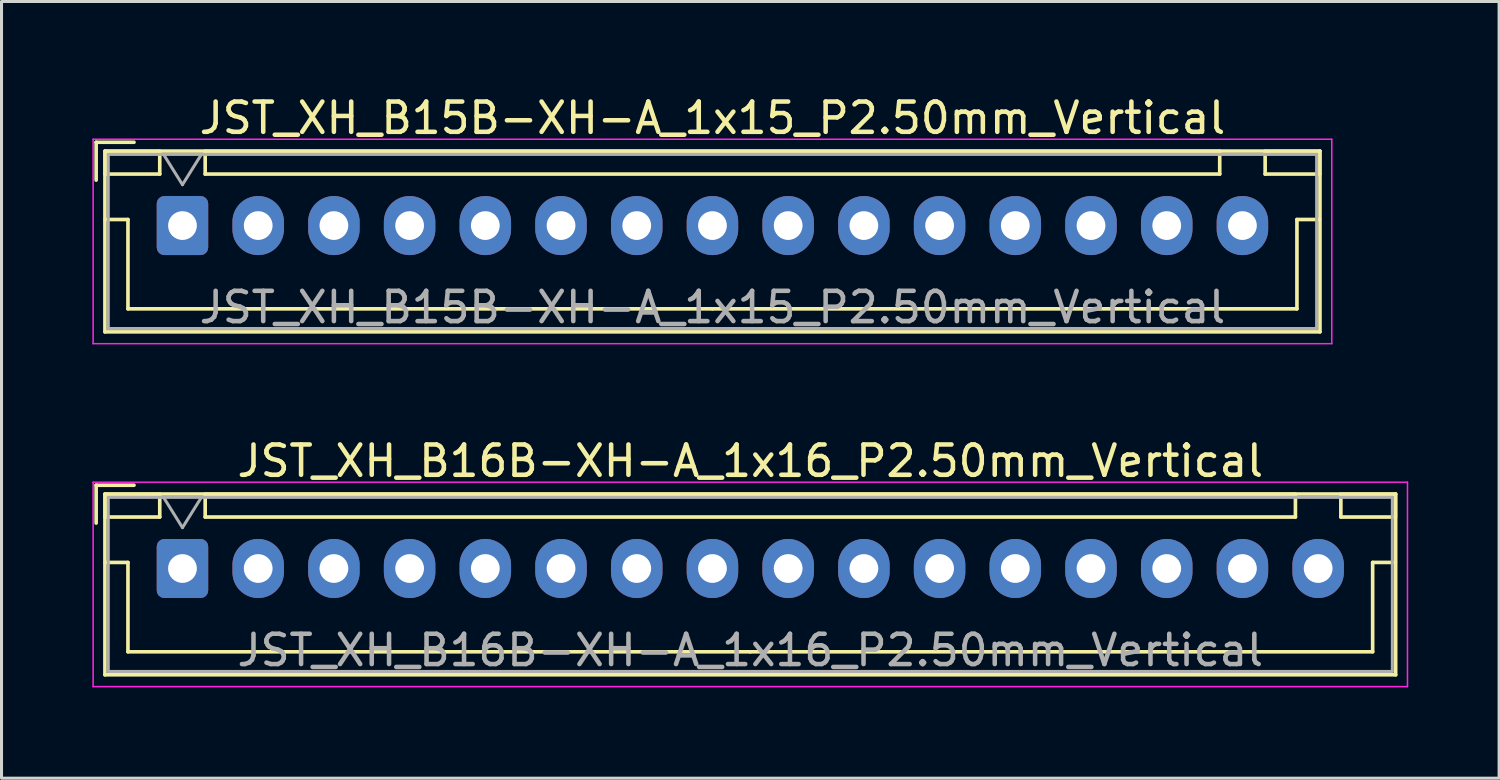
<source format=kicad_pcb>
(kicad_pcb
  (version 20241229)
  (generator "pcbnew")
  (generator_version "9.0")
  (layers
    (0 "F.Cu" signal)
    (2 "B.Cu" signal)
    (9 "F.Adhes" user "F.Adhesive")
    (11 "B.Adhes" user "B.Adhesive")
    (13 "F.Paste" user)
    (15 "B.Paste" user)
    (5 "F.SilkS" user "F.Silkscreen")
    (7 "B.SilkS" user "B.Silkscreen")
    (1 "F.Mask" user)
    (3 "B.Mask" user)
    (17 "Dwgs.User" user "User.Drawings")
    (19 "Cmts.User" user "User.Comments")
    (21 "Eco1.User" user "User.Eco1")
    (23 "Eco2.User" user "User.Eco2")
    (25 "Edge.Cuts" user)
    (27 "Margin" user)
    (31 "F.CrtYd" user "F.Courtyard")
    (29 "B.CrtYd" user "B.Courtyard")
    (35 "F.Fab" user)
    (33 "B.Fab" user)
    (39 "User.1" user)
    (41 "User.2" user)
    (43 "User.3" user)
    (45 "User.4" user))
  (footprint "JST_XH_B16B-XH-A_1x16_P2.50mm_Vertical"
    (layer "F.Cu")
    (at 2.975 15.722)
    (property "Reference" "JST_XH_B16B-XH-A_1x16_P2.50mm_Vertical" (at 18.75 -3.55 0) (layer "F.SilkS") (effects (font (size 1 1) (thickness 0.15))))
    (attr through_hole)
    (fp_line (start -2.85 -2.75) (end -2.85 -1.5) (stroke (width 0.12) (type solid)) (layer "F.SilkS"))
    (fp_line (start -2.56 -2.46) (end -2.56 3.51) (stroke (width 0.12) (type solid)) (layer "F.SilkS"))
    (fp_line (start -2.56 3.51) (end 40.06 3.51) (stroke (width 0.12) (type solid)) (layer "F.SilkS"))
    (fp_line (start -2.55 -2.45) (end -2.55 -1.7) (stroke (width 0.12) (type solid)) (layer "F.SilkS"))
    (fp_line (start -2.55 -1.7) (end -0.75 -1.7) (stroke (width 0.12) (type solid)) (layer "F.SilkS"))
    (fp_line (start -2.55 -0.2) (end -1.8 -0.2) (stroke (width 0.12) (type solid)) (layer "F.SilkS"))
    (fp_line (start -1.8 -0.2) (end -1.8 2.75) (stroke (width 0.12) (type solid)) (layer "F.SilkS"))
    (fp_line (start -1.8 2.75) (end 18.75 2.75) (stroke (width 0.12) (type solid)) (layer "F.SilkS"))
    (fp_line (start -1.6 -2.75) (end -2.85 -2.75) (stroke (width 0.12) (type solid)) (layer "F.SilkS"))
    (fp_line (start -0.75 -2.45) (end -2.55 -2.45) (stroke (width 0.12) (type solid)) (layer "F.SilkS"))
    (fp_line (start -0.75 -1.7) (end -0.75 -2.45) (stroke (width 0.12) (type solid)) (layer "F.SilkS"))
    (fp_line (start 0.75 -2.45) (end 0.75 -1.7) (stroke (width 0.12) (type solid)) (layer "F.SilkS"))
    (fp_line (start 0.75 -1.7) (end 36.75 -1.7) (stroke (width 0.12) (type solid)) (layer "F.SilkS"))
    (fp_line (start 36.75 -2.45) (end 0.75 -2.45) (stroke (width 0.12) (type solid)) (layer "F.SilkS"))
    (fp_line (start 36.75 -1.7) (end 36.75 -2.45) (stroke (width 0.12) (type solid)) (layer "F.SilkS"))
    (fp_line (start 38.25 -2.45) (end 38.25 -1.7) (stroke (width 0.12) (type solid)) (layer "F.SilkS"))
    (fp_line (start 38.25 -1.7) (end 40.05 -1.7) (stroke (width 0.12) (type solid)) (layer "F.SilkS"))
    (fp_line (start 39.3 -0.2) (end 39.3 2.75) (stroke (width 0.12) (type solid)) (layer "F.SilkS"))
    (fp_line (start 39.3 2.75) (end 18.75 2.75) (stroke (width 0.12) (type solid)) (layer "F.SilkS"))
    (fp_line (start 40.05 -2.45) (end 38.25 -2.45) (stroke (width 0.12) (type solid)) (layer "F.SilkS"))
    (fp_line (start 40.05 -1.7) (end 40.05 -2.45) (stroke (width 0.12) (type solid)) (layer "F.SilkS"))
    (fp_line (start 40.05 -0.2) (end 39.3 -0.2) (stroke (width 0.12) (type solid)) (layer "F.SilkS"))
    (fp_line (start 40.06 -2.46) (end -2.56 -2.46) (stroke (width 0.12) (type solid)) (layer "F.SilkS"))
    (fp_line (start 40.06 3.51) (end 40.06 -2.46) (stroke (width 0.12) (type solid)) (layer "F.SilkS"))
    (fp_line (start -2.95 -2.85) (end -2.95 3.9) (stroke (width 0.05) (type solid)) (layer "F.CrtYd"))
    (fp_line (start -2.95 3.9) (end 40.45 3.9) (stroke (width 0.05) (type solid)) (layer "F.CrtYd"))
    (fp_line (start 40.45 -2.85) (end -2.95 -2.85) (stroke (width 0.05) (type solid)) (layer "F.CrtYd"))
    (fp_line (start 40.45 3.9) (end 40.45 -2.85) (stroke (width 0.05) (type solid)) (layer "F.CrtYd"))
    (fp_line (start -2.45 -2.35) (end -2.45 3.4) (stroke (width 0.1) (type solid)) (layer "F.Fab"))
    (fp_line (start -2.45 3.4) (end 39.95 3.4) (stroke (width 0.1) (type solid)) (layer "F.Fab"))
    (fp_line (start -0.625 -2.35) (end 0 -1.35) (stroke (width 0.1) (type solid)) (layer "F.Fab"))
    (fp_line (start 0 -1.35) (end 0.625 -2.35) (stroke (width 0.1) (type solid)) (layer "F.Fab"))
    (fp_line (start 39.95 -2.35) (end -2.45 -2.35) (stroke (width 0.1) (type solid)) (layer "F.Fab"))
    (fp_line (start 39.95 3.4) (end 39.95 -2.35) (stroke (width 0.1) (type solid)) (layer "F.Fab"))
    (fp_text user "${REFERENCE}" (at 18.75 2.7 0) (layer "F.Fab") (effects (font (size 1 1) (thickness 0.15))))
    (pad "1" thru_hole roundrect (at 0 0) (size 1.7 1.95) (drill 0.95) (layers "*.Cu" "*.Mask") (roundrect_rratio 0.147))
    (pad "2" thru_hole oval (at 2.5 0) (size 1.7 1.95) (drill 0.95) (layers "*.Cu" "*.Mask"))
    (pad "3" thru_hole oval (at 5 0) (size 1.7 1.95) (drill 0.95) (layers "*.Cu" "*.Mask"))
    (pad "4" thru_hole oval (at 7.5 0) (size 1.7 1.95) (drill 0.95) (layers "*.Cu" "*.Mask"))
    (pad "5" thru_hole oval (at 10 0) (size 1.7 1.95) (drill 0.95) (layers "*.Cu" "*.Mask"))
    (pad "6" thru_hole oval (at 12.5 0) (size 1.7 1.95) (drill 0.95) (layers "*.Cu" "*.Mask"))
    (pad "7" thru_hole oval (at 15 0) (size 1.7 1.95) (drill 0.95) (layers "*.Cu" "*.Mask"))
    (pad "8" thru_hole oval (at 17.5 0) (size 1.7 1.95) (drill 0.95) (layers "*.Cu" "*.Mask"))
    (pad "9" thru_hole oval (at 20 0) (size 1.7 1.95) (drill 0.95) (layers "*.Cu" "*.Mask"))
    (pad "10" thru_hole oval (at 22.5 0) (size 1.7 1.95) (drill 0.95) (layers "*.Cu" "*.Mask"))
    (pad "11" thru_hole oval (at 25 0) (size 1.7 1.95) (drill 0.95) (layers "*.Cu" "*.Mask"))
    (pad "12" thru_hole oval (at 27.5 0) (size 1.7 1.95) (drill 0.95) (layers "*.Cu" "*.Mask"))
    (pad "13" thru_hole oval (at 30 0) (size 1.7 1.95) (drill 0.95) (layers "*.Cu" "*.Mask"))
    (pad "14" thru_hole oval (at 32.5 0) (size 1.7 1.95) (drill 0.95) (layers "*.Cu" "*.Mask"))
    (pad "15" thru_hole oval (at 35 0) (size 1.7 1.95) (drill 0.95) (layers "*.Cu" "*.Mask"))
    (pad "16" thru_hole oval (at 37.5 0) (size 1.7 1.95) (drill 0.95) (layers "*.Cu" "*.Mask")))
  (footprint "JST_XH_B15B-XH-A_1x15_P2.50mm_Vertical"
    (layer "F.Cu")
    (at 2.975 4.398)
    (property "Reference" "JST_XH_B15B-XH-A_1x15_P2.50mm_Vertical" (at 17.5 -3.55 0) (layer "F.SilkS") (effects (font (size 1 1) (thickness 0.15))))
    (attr through_hole)
    (fp_line (start -2.85 -2.75) (end -2.85 -1.5) (stroke (width 0.12) (type solid)) (layer "F.SilkS"))
    (fp_line (start -2.56 -2.46) (end -2.56 3.51) (stroke (width 0.12) (type solid)) (layer "F.SilkS"))
    (fp_line (start -2.56 3.51) (end 37.56 3.51) (stroke (width 0.12) (type solid)) (layer "F.SilkS"))
    (fp_line (start -2.55 -2.45) (end -2.55 -1.7) (stroke (width 0.12) (type solid)) (layer "F.SilkS"))
    (fp_line (start -2.55 -1.7) (end -0.75 -1.7) (stroke (width 0.12) (type solid)) (layer "F.SilkS"))
    (fp_line (start -2.55 -0.2) (end -1.8 -0.2) (stroke (width 0.12) (type solid)) (layer "F.SilkS"))
    (fp_line (start -1.8 -0.2) (end -1.8 2.75) (stroke (width 0.12) (type solid)) (layer "F.SilkS"))
    (fp_line (start -1.8 2.75) (end 17.5 2.75) (stroke (width 0.12) (type solid)) (layer "F.SilkS"))
    (fp_line (start -1.6 -2.75) (end -2.85 -2.75) (stroke (width 0.12) (type solid)) (layer "F.SilkS"))
    (fp_line (start -0.75 -2.45) (end -2.55 -2.45) (stroke (width 0.12) (type solid)) (layer "F.SilkS"))
    (fp_line (start -0.75 -1.7) (end -0.75 -2.45) (stroke (width 0.12) (type solid)) (layer "F.SilkS"))
    (fp_line (start 0.75 -2.45) (end 0.75 -1.7) (stroke (width 0.12) (type solid)) (layer "F.SilkS"))
    (fp_line (start 0.75 -1.7) (end 34.25 -1.7) (stroke (width 0.12) (type solid)) (layer "F.SilkS"))
    (fp_line (start 34.25 -2.45) (end 0.75 -2.45) (stroke (width 0.12) (type solid)) (layer "F.SilkS"))
    (fp_line (start 34.25 -1.7) (end 34.25 -2.45) (stroke (width 0.12) (type solid)) (layer "F.SilkS"))
    (fp_line (start 35.75 -2.45) (end 35.75 -1.7) (stroke (width 0.12) (type solid)) (layer "F.SilkS"))
    (fp_line (start 35.75 -1.7) (end 37.55 -1.7) (stroke (width 0.12) (type solid)) (layer "F.SilkS"))
    (fp_line (start 36.8 -0.2) (end 36.8 2.75) (stroke (width 0.12) (type solid)) (layer "F.SilkS"))
    (fp_line (start 36.8 2.75) (end 17.5 2.75) (stroke (width 0.12) (type solid)) (layer "F.SilkS"))
    (fp_line (start 37.55 -2.45) (end 35.75 -2.45) (stroke (width 0.12) (type solid)) (layer "F.SilkS"))
    (fp_line (start 37.55 -1.7) (end 37.55 -2.45) (stroke (width 0.12) (type solid)) (layer "F.SilkS"))
    (fp_line (start 37.55 -0.2) (end 36.8 -0.2) (stroke (width 0.12) (type solid)) (layer "F.SilkS"))
    (fp_line (start 37.56 -2.46) (end -2.56 -2.46) (stroke (width 0.12) (type solid)) (layer "F.SilkS"))
    (fp_line (start 37.56 3.51) (end 37.56 -2.46) (stroke (width 0.12) (type solid)) (layer "F.SilkS"))
    (fp_line (start -2.95 -2.85) (end -2.95 3.9) (stroke (width 0.05) (type solid)) (layer "F.CrtYd"))
    (fp_line (start -2.95 3.9) (end 37.95 3.9) (stroke (width 0.05) (type solid)) (layer "F.CrtYd"))
    (fp_line (start 37.95 -2.85) (end -2.95 -2.85) (stroke (width 0.05) (type solid)) (layer "F.CrtYd"))
    (fp_line (start 37.95 3.9) (end 37.95 -2.85) (stroke (width 0.05) (type solid)) (layer "F.CrtYd"))
    (fp_line (start -2.45 -2.35) (end -2.45 3.4) (stroke (width 0.1) (type solid)) (layer "F.Fab"))
    (fp_line (start -2.45 3.4) (end 37.45 3.4) (stroke (width 0.1) (type solid)) (layer "F.Fab"))
    (fp_line (start -0.625 -2.35) (end 0 -1.35) (stroke (width 0.1) (type solid)) (layer "F.Fab"))
    (fp_line (start 0 -1.35) (end 0.625 -2.35) (stroke (width 0.1) (type solid)) (layer "F.Fab"))
    (fp_line (start 37.45 -2.35) (end -2.45 -2.35) (stroke (width 0.1) (type solid)) (layer "F.Fab"))
    (fp_line (start 37.45 3.4) (end 37.45 -2.35) (stroke (width 0.1) (type solid)) (layer "F.Fab"))
    (fp_text user "${REFERENCE}" (at 17.5 2.7 0) (layer "F.Fab") (effects (font (size 1 1) (thickness 0.15))))
    (pad "1" thru_hole roundrect (at 0 0) (size 1.7 1.95) (drill 0.95) (layers "*.Cu" "*.Mask") (roundrect_rratio 0.147))
    (pad "2" thru_hole oval (at 2.5 0) (size 1.7 1.95) (drill 0.95) (layers "*.Cu" "*.Mask"))
    (pad "3" thru_hole oval (at 5 0) (size 1.7 1.95) (drill 0.95) (layers "*.Cu" "*.Mask"))
    (pad "4" thru_hole oval (at 7.5 0) (size 1.7 1.95) (drill 0.95) (layers "*.Cu" "*.Mask"))
    (pad "5" thru_hole oval (at 10 0) (size 1.7 1.95) (drill 0.95) (layers "*.Cu" "*.Mask"))
    (pad "6" thru_hole oval (at 12.5 0) (size 1.7 1.95) (drill 0.95) (layers "*.Cu" "*.Mask"))
    (pad "7" thru_hole oval (at 15 0) (size 1.7 1.95) (drill 0.95) (layers "*.Cu" "*.Mask"))
    (pad "8" thru_hole oval (at 17.5 0) (size 1.7 1.95) (drill 0.95) (layers "*.Cu" "*.Mask"))
    (pad "9" thru_hole oval (at 20 0) (size 1.7 1.95) (drill 0.95) (layers "*.Cu" "*.Mask"))
    (pad "10" thru_hole oval (at 22.5 0) (size 1.7 1.95) (drill 0.95) (layers "*.Cu" "*.Mask"))
    (pad "11" thru_hole oval (at 25 0) (size 1.7 1.95) (drill 0.95) (layers "*.Cu" "*.Mask"))
    (pad "12" thru_hole oval (at 27.5 0) (size 1.7 1.95) (drill 0.95) (layers "*.Cu" "*.Mask"))
    (pad "13" thru_hole oval (at 30 0) (size 1.7 1.95) (drill 0.95) (layers "*.Cu" "*.Mask"))
    (pad "14" thru_hole oval (at 32.5 0) (size 1.7 1.95) (drill 0.95) (layers "*.Cu" "*.Mask"))
    (pad "15" thru_hole oval (at 35 0) (size 1.7 1.95) (drill 0.95) (layers "*.Cu" "*.Mask")))
  (gr_rect
    (start -3 -3)
    (end 46.45 22.646)
    (stroke (width 0.1) (type default))
    (fill no)
    (layer "Edge.Cuts")))
</source>
